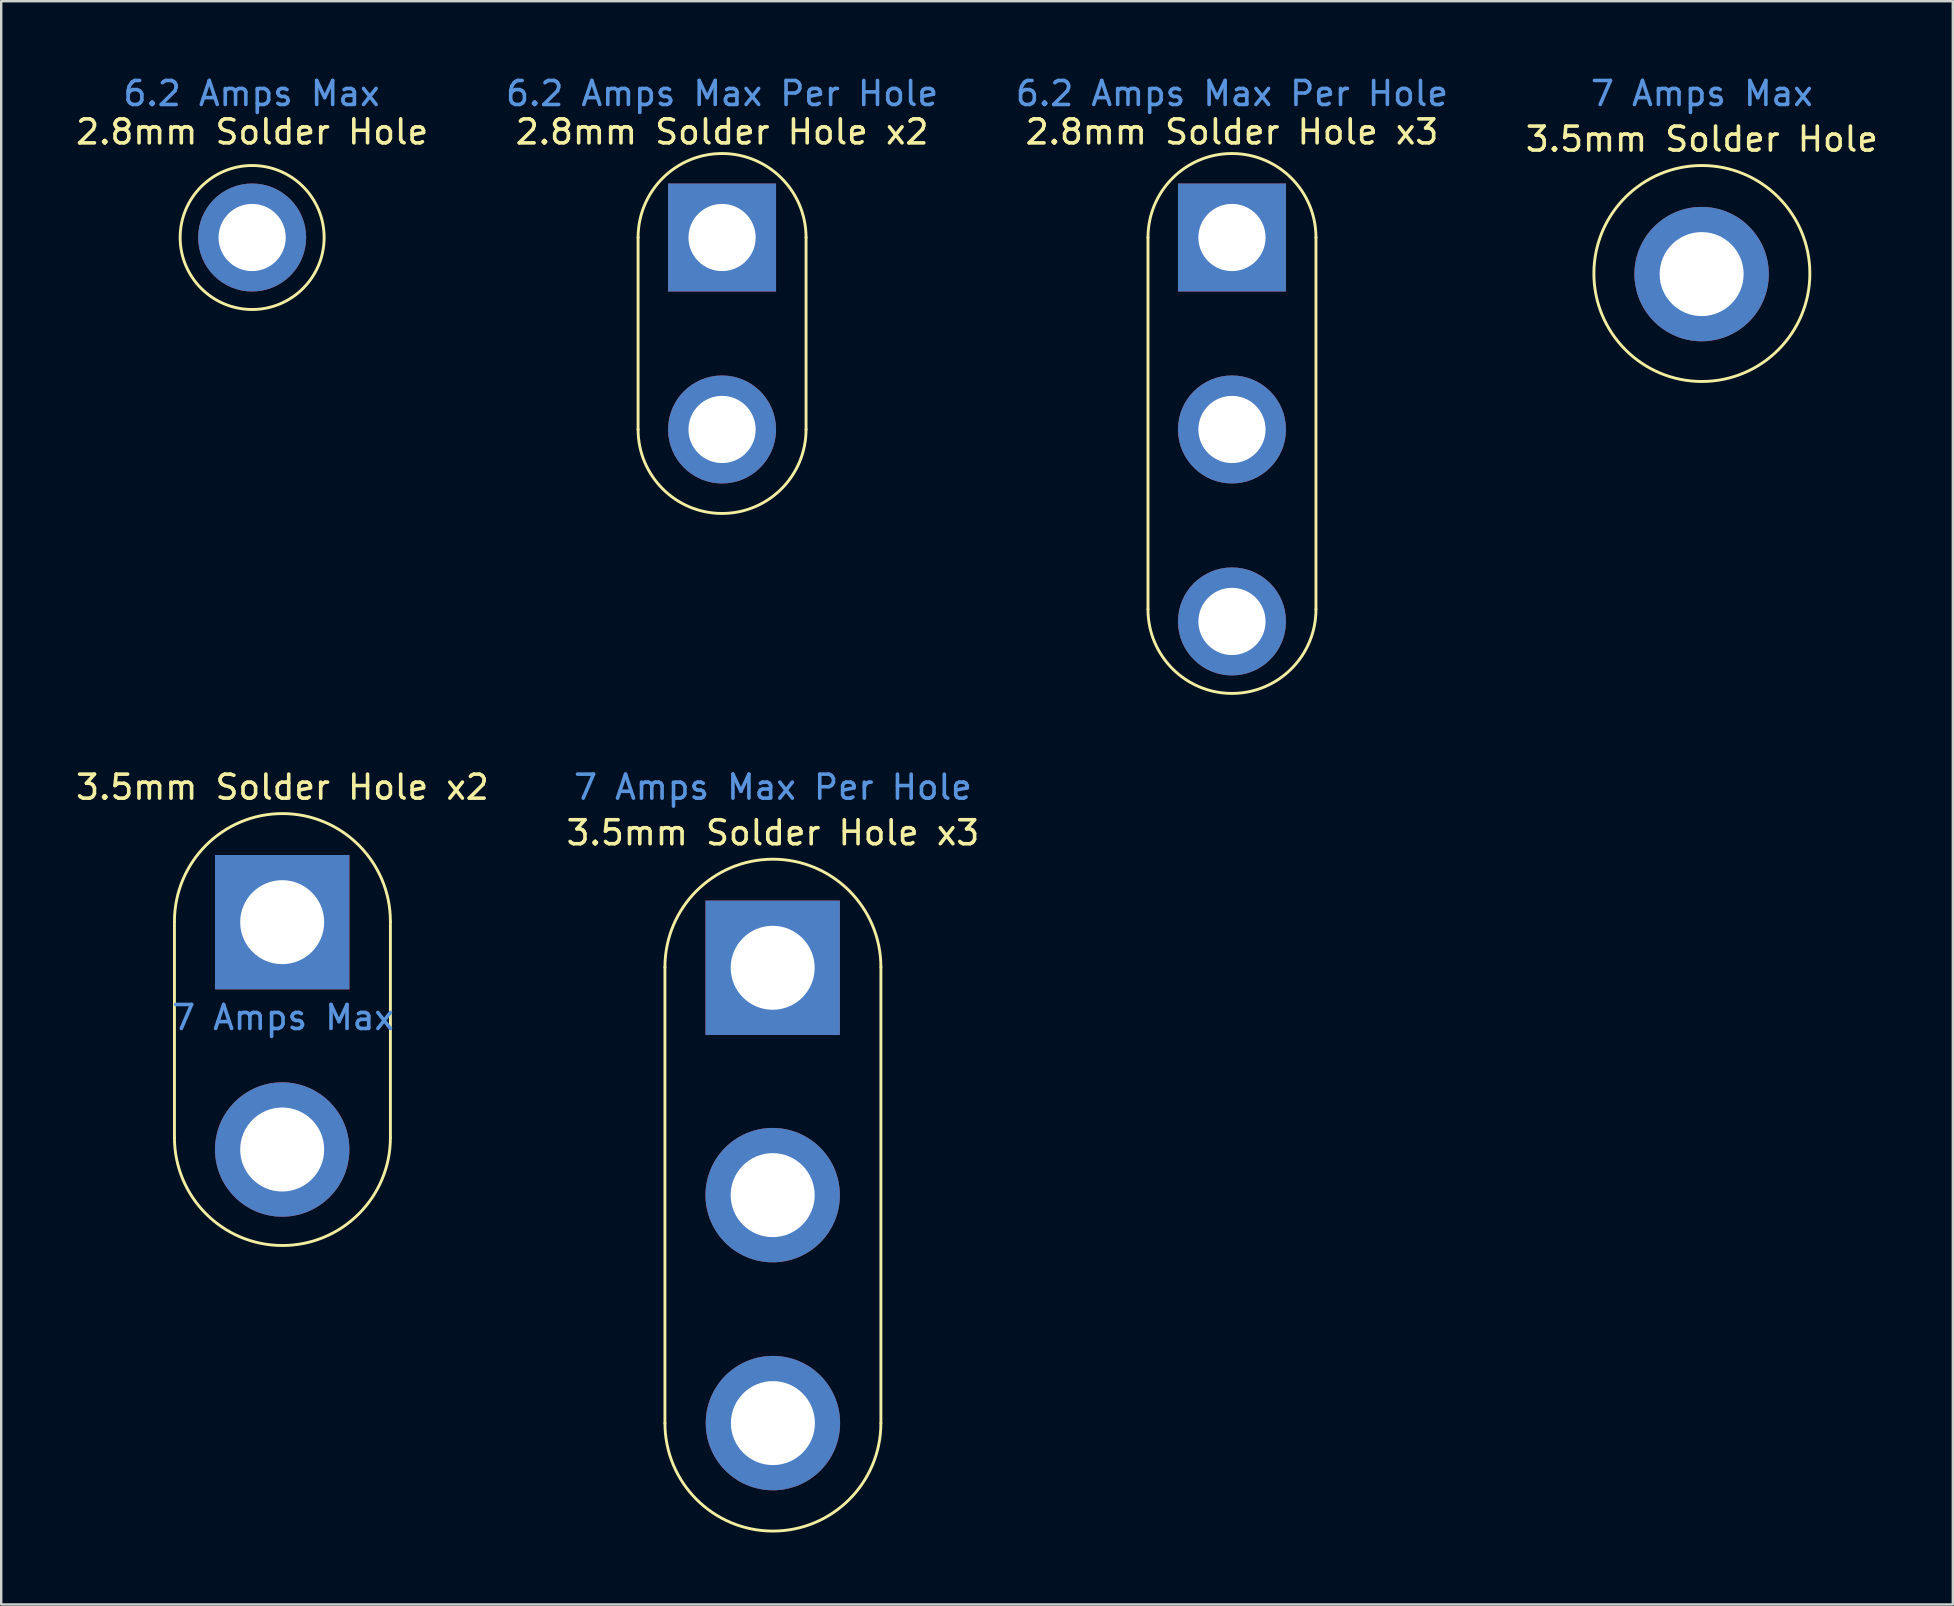
<source format=kicad_pcb>
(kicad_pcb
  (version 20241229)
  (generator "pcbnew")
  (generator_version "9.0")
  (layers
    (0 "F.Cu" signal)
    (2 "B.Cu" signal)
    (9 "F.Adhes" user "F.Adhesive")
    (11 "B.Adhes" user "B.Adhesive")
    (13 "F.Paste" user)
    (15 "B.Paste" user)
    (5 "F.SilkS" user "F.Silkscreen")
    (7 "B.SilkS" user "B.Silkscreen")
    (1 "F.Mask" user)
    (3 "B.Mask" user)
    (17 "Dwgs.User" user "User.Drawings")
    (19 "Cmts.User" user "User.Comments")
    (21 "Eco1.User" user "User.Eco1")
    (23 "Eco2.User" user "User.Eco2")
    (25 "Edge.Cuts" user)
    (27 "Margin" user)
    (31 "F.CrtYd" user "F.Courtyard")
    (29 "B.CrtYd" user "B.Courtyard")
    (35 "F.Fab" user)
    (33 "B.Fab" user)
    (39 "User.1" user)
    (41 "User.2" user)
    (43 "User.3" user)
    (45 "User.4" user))
  (footprint "2.8mm Solder Hole x3"
    (layer "F.Cu")
    (at 48.292 6.848)
    (property "Reference" "2.8mm Solder Hole x3" (at 0 -4.4 0) (unlocked yes) (layer "F.SilkS") (effects (font (size 1 1) (thickness 0.15))))
    (attr through_hole)
    (fp_line (start -3.5 0) (end -3.5 15.5) (stroke (width 0.12) (type solid)) (layer "F.SilkS"))
    (fp_line (start 3.5 15.5) (end 3.5 0) (stroke (width 0.12) (type solid)) (layer "F.SilkS"))
    (fp_arc (start -3.5 0) (mid 0 -3.5) (end 3.5 0) (stroke (width 0.12) (type solid)) (layer "F.SilkS"))
    (fp_arc (start 3.5 15.5) (mid 0 19) (end -3.5 15.5) (stroke (width 0.12) (type solid)) (layer "F.SilkS"))
    (fp_text user "6.2 Amps Max Per Hole" (at 0 -6 0) (unlocked yes) (layer "Cmts.User") (effects (font (size 1 1) (thickness 0.15))))
    (pad "1" thru_hole rect (at 0 0) (size 4.5 4.5) (drill 2.8) (layers "*.Cu" "*.Mask"))
    (pad "2" thru_hole circle (at 0 8) (size 4.5 4.5) (drill 2.8) (layers "*.Cu" "*.Mask"))
    (pad "3" thru_hole circle (at 0 16) (size 4.5 4.5) (drill 2.8) (layers "*.Cu" "*.Mask")))
  (footprint "2.8mm Solder Hole x2"
    (layer "F.Cu")
    (at 27.042 6.848)
    (property "Reference" "2.8mm Solder Hole x2" (at 0 -4.4 0) (unlocked yes) (layer "F.SilkS") (effects (font (size 1 1) (thickness 0.15))))
    (attr through_hole)
    (fp_line (start -3.5 0) (end -3.5 8) (stroke (width 0.12) (type solid)) (layer "F.SilkS"))
    (fp_line (start 3.5 8) (end 3.5 0) (stroke (width 0.12) (type solid)) (layer "F.SilkS"))
    (fp_arc (start -3.5 0) (mid 0 -3.5) (end 3.5 0) (stroke (width 0.12) (type solid)) (layer "F.SilkS"))
    (fp_arc (start 3.5 8) (mid 0 11.5) (end -3.5 8) (stroke (width 0.12) (type solid)) (layer "F.SilkS"))
    (fp_text user "6.2 Amps Max Per Hole" (at 0 -6 0) (unlocked yes) (layer "Cmts.User") (effects (font (size 1 1) (thickness 0.15))))
    (pad "1" thru_hole rect (at 0 0) (size 4.5 4.5) (drill 2.8) (layers "*.Cu" "*.Mask"))
    (pad "2" thru_hole circle (at 0 8) (size 4.5 4.5) (drill 2.8) (layers "*.Cu" "*.Mask")))
  (footprint "3.5mm Solder Hole x3"
    (layer "F.Cu")
    (at 29.161 37.257)
    (property "Reference" "3.5mm Solder Hole x3" (at 0 -5.6 0) (unlocked yes) (layer "F.SilkS") (effects (font (size 1 1) (thickness 0.15))))
    (attr through_hole)
    (fp_line (start -4.5 19) (end -4.5 0) (stroke (width 0.12) (type solid)) (layer "F.SilkS"))
    (fp_line (start 4.5 0) (end 4.5 19) (stroke (width 0.12) (type solid)) (layer "F.SilkS"))
    (fp_arc (start -4.5 0) (mid 0 -4.5) (end 4.5 0) (stroke (width 0.12) (type solid)) (layer "F.SilkS"))
    (fp_arc (start 4.5 19) (mid 0 23.5) (end -4.5 19) (stroke (width 0.12) (type solid)) (layer "F.SilkS"))
    (fp_text user "7 Amps Max Per Hole" (at 0 -7.5 0) (unlocked yes) (layer "Cmts.User") (effects (font (size 1 1) (thickness 0.15))))
    (pad "1" thru_hole rect (at -0.01 0.025) (size 5.6 5.6) (drill 3.5) (layers "*.Cu" "*.Mask"))
    (pad "2" thru_hole circle (at -0.01 9.5) (size 5.6 5.6) (drill 3.5) (layers "*.Cu" "*.Mask"))
    (pad "3" thru_hole circle (at 0 19) (size 5.6 5.6) (drill 3.5) (layers "*.Cu" "*.Mask")))
  (footprint "3.5mm Solder Hole"
    (layer "F.Cu")
    (at 67.875 8.348)
    (property "Reference" "3.5mm Solder Hole" (at 0 -5.6 0) (unlocked yes) (layer "F.SilkS") (effects (font (size 1 1) (thickness 0.15))))
    (attr through_hole)
    (fp_circle (center 0 0) (end 0 -4.5) (stroke (width 0.12) (type solid)) (fill no) (layer "F.SilkS"))
    (fp_text user "7 Amps Max" (at 0 -7.5 0) (unlocked yes) (layer "Cmts.User") (effects (font (size 1 1) (thickness 0.15))))
    (pad "1" thru_hole circle (at -0.01 0.025) (size 5.6 5.6) (drill 3.5) (layers "*.Cu" "*.Mask")))
  (footprint "2.8mm Solder Hole"
    (layer "F.Cu")
    (at 7.458 6.848)
    (property "Reference" "2.8mm Solder Hole" (at 0 -4.4 0) (unlocked yes) (layer "F.SilkS") (effects (font (size 1 1) (thickness 0.15))))
    (attr through_hole)
    (fp_circle (center 0 0) (end 0 -3) (stroke (width 0.12) (type solid)) (fill no) (layer "F.SilkS"))
    (fp_text user "6.2 Amps Max" (at -0.025 -6 0) (unlocked yes) (layer "Cmts.User") (effects (font (size 1 1) (thickness 0.15))))
    (pad "1" thru_hole circle (at 0 0) (size 4.5 4.5) (drill 2.8) (layers "*.Cu" "*.Mask")))
  (footprint "3.5mm Solder Hole x2"
    (layer "F.Cu")
    (at 8.72 35.356)
    (property "Reference" "3.5mm Solder Hole x2" (at 0 -5.6 0) (unlocked yes) (layer "F.SilkS") (effects (font (size 1 1) (thickness 0.15))))
    (attr through_hole)
    (fp_line (start -4.5 9) (end -4.5 0) (stroke (width 0.12) (type solid)) (layer "F.SilkS"))
    (fp_line (start 4.5 0) (end 4.5 9) (stroke (width 0.12) (type solid)) (layer "F.SilkS"))
    (fp_arc (start -4.5 0) (mid 0 -4.5) (end 4.5 0) (stroke (width 0.12) (type solid)) (layer "F.SilkS"))
    (fp_arc (start 4.5 9) (mid 0 13.5) (end -4.5 9) (stroke (width 0.12) (type solid)) (layer "F.SilkS"))
    (fp_text user "7 Amps Max" (at 0.025 4 0) (unlocked yes) (layer "Cmts.User") (effects (font (size 1 1) (thickness 0.15))))
    (pad "1" thru_hole rect (at -0.01 0.025) (size 5.6 5.6) (drill 3.5) (layers "*.Cu" "*.Mask"))
    (pad "2" thru_hole circle (at -0.01 9.5) (size 5.6 5.6) (drill 3.5) (layers "*.Cu" "*.Mask")))
  (gr_rect
    (start -3 -3)
    (end 78.333 63.816)
    (stroke (width 0.1) (type default))
    (fill no)
    (layer "Edge.Cuts")))
</source>
